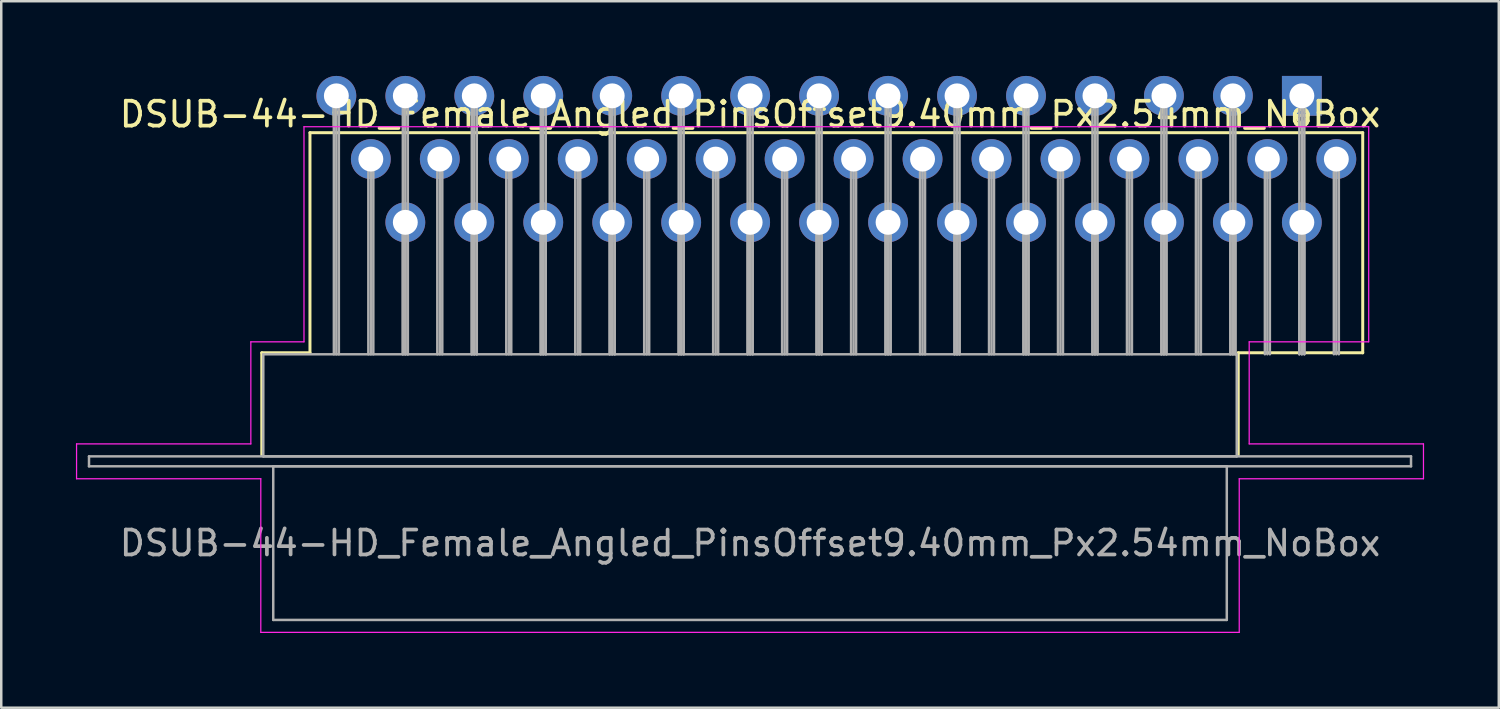
<source format=kicad_pcb>
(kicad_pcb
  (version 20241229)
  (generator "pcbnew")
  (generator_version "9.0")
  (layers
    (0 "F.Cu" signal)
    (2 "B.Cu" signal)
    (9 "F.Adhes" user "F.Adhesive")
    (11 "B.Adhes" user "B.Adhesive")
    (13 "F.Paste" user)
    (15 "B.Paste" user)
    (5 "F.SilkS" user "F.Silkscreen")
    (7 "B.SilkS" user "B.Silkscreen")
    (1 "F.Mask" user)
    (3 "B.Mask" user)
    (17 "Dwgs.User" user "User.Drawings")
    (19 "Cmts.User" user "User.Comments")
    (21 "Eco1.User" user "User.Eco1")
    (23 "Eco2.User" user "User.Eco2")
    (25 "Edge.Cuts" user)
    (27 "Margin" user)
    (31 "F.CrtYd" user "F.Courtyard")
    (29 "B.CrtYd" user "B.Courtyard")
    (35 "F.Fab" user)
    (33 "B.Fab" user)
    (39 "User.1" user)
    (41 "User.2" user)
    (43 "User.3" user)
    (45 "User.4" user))
  (footprint "DSUB-44-HD_Female_Angled_PinsOffset9.40mm_Px2.54mm_NoBox"
    (layer "F.Cu")
    (at 49.24 0.8)
    (property "Reference" "DSUB-44-HD_Female_Angled_PinsOffset9.40mm_Px2.54mm_NoBox" (at -22.165 0.74 0) (layer "F.SilkS") (effects (font (size 1 1) (thickness 0.15))))
    (attr through_hole)
    (fp_line (start -41.775 10.32) (end -39.84 10.32) (stroke (width 0.12) (type solid)) (layer "F.SilkS"))
    (fp_line (start -41.775 14.42) (end -41.775 10.32) (stroke (width 0.12) (type solid)) (layer "F.SilkS"))
    (fp_line (start -39.84 1.48) (end 2.445 1.48) (stroke (width 0.12) (type solid)) (layer "F.SilkS"))
    (fp_line (start -39.84 10.32) (end -39.84 1.48) (stroke (width 0.12) (type solid)) (layer "F.SilkS"))
    (fp_line (start -2.555 10.32) (end -2.555 14.42) (stroke (width 0.12) (type solid)) (layer "F.SilkS"))
    (fp_line (start -0.25 0.786) (end 0.25 0.786) (stroke (width 0.12) (type solid)) (layer "F.SilkS"))
    (fp_line (start 0 1.219) (end -0.25 0.786) (stroke (width 0.12) (type solid)) (layer "F.SilkS"))
    (fp_line (start 0.25 0.786) (end 0 1.219) (stroke (width 0.12) (type solid)) (layer "F.SilkS"))
    (fp_line (start 2.445 1.48) (end 2.445 10.32) (stroke (width 0.12) (type solid)) (layer "F.SilkS"))
    (fp_line (start 2.445 10.32) (end -2.555 10.32) (stroke (width 0.12) (type solid)) (layer "F.SilkS"))
    (fp_line (start -49.215 13.98) (end -42.215 13.98) (stroke (width 0.05) (type solid)) (layer "F.CrtYd"))
    (fp_line (start -49.215 15.38) (end -49.215 13.98) (stroke (width 0.05) (type solid)) (layer "F.CrtYd"))
    (fp_line (start -42.215 9.88) (end -40.08 9.88) (stroke (width 0.05) (type solid)) (layer "F.CrtYd"))
    (fp_line (start -42.215 13.98) (end -42.215 9.88) (stroke (width 0.05) (type solid)) (layer "F.CrtYd"))
    (fp_line (start -41.815 15.38) (end -49.215 15.38) (stroke (width 0.05) (type solid)) (layer "F.CrtYd"))
    (fp_line (start -41.815 21.55) (end -41.815 15.38) (stroke (width 0.05) (type solid)) (layer "F.CrtYd"))
    (fp_line (start -40.08 1.24) (end 2.685 1.24) (stroke (width 0.05) (type solid)) (layer "F.CrtYd"))
    (fp_line (start -40.08 9.88) (end -40.08 1.24) (stroke (width 0.05) (type solid)) (layer "F.CrtYd"))
    (fp_line (start -2.515 15.38) (end -2.515 21.55) (stroke (width 0.05) (type solid)) (layer "F.CrtYd"))
    (fp_line (start -2.515 21.55) (end -41.815 21.55) (stroke (width 0.05) (type solid)) (layer "F.CrtYd"))
    (fp_line (start -2.115 9.88) (end -2.115 13.98) (stroke (width 0.05) (type solid)) (layer "F.CrtYd"))
    (fp_line (start -2.115 13.98) (end 4.885 13.98) (stroke (width 0.05) (type solid)) (layer "F.CrtYd"))
    (fp_line (start 2.685 1.24) (end 2.685 9.88) (stroke (width 0.05) (type solid)) (layer "F.CrtYd"))
    (fp_line (start 2.685 9.88) (end -2.115 9.88) (stroke (width 0.05) (type solid)) (layer "F.CrtYd"))
    (fp_line (start 4.885 13.98) (end 4.885 15.38) (stroke (width 0.05) (type solid)) (layer "F.CrtYd"))
    (fp_line (start 4.885 15.38) (end -2.515 15.38) (stroke (width 0.05) (type solid)) (layer "F.CrtYd"))
    (fp_line (start -48.715 14.48) (end -48.715 14.88) (stroke (width 0.1) (type solid)) (layer "F.Fab"))
    (fp_line (start -48.715 14.88) (end 4.385 14.88) (stroke (width 0.1) (type solid)) (layer "F.Fab"))
    (fp_line (start -41.715 10.38) (end -41.715 14.48) (stroke (width 0.1) (type solid)) (layer "F.Fab"))
    (fp_line (start -41.715 14.48) (end -2.615 14.48) (stroke (width 0.1) (type solid)) (layer "F.Fab"))
    (fp_line (start -41.315 14.88) (end -41.315 21.05) (stroke (width 0.1) (type solid)) (layer "F.Fab"))
    (fp_line (start -41.315 21.05) (end -3.015 21.05) (stroke (width 0.1) (type solid)) (layer "F.Fab"))
    (fp_line (start -38.88 0) (end -38.88 10.38) (stroke (width 0.1) (type solid)) (layer "F.Fab"))
    (fp_line (start -38.78 0) (end -38.78 10.38) (stroke (width 0.1) (type solid)) (layer "F.Fab"))
    (fp_line (start -38.68 0) (end -38.68 10.38) (stroke (width 0.1) (type solid)) (layer "F.Fab"))
    (fp_line (start -37.495 2.54) (end -37.495 10.38) (stroke (width 0.1) (type solid)) (layer "F.Fab"))
    (fp_line (start -37.395 2.54) (end -37.395 10.38) (stroke (width 0.1) (type solid)) (layer "F.Fab"))
    (fp_line (start -37.295 2.54) (end -37.295 10.38) (stroke (width 0.1) (type solid)) (layer "F.Fab"))
    (fp_line (start -36.11 0) (end -36.11 10.38) (stroke (width 0.1) (type solid)) (layer "F.Fab"))
    (fp_line (start -36.11 5.08) (end -36.11 10.38) (stroke (width 0.1) (type solid)) (layer "F.Fab"))
    (fp_line (start -36.01 0) (end -36.01 10.38) (stroke (width 0.1) (type solid)) (layer "F.Fab"))
    (fp_line (start -36.01 5.08) (end -36.01 10.38) (stroke (width 0.1) (type solid)) (layer "F.Fab"))
    (fp_line (start -35.91 0) (end -35.91 10.38) (stroke (width 0.1) (type solid)) (layer "F.Fab"))
    (fp_line (start -35.91 5.08) (end -35.91 10.38) (stroke (width 0.1) (type solid)) (layer "F.Fab"))
    (fp_line (start -34.725 2.54) (end -34.725 10.38) (stroke (width 0.1) (type solid)) (layer "F.Fab"))
    (fp_line (start -34.625 2.54) (end -34.625 10.38) (stroke (width 0.1) (type solid)) (layer "F.Fab"))
    (fp_line (start -34.525 2.54) (end -34.525 10.38) (stroke (width 0.1) (type solid)) (layer "F.Fab"))
    (fp_line (start -33.34 0) (end -33.34 10.38) (stroke (width 0.1) (type solid)) (layer "F.Fab"))
    (fp_line (start -33.34 5.08) (end -33.34 10.38) (stroke (width 0.1) (type solid)) (layer "F.Fab"))
    (fp_line (start -33.24 0) (end -33.24 10.38) (stroke (width 0.1) (type solid)) (layer "F.Fab"))
    (fp_line (start -33.24 5.08) (end -33.24 10.38) (stroke (width 0.1) (type solid)) (layer "F.Fab"))
    (fp_line (start -33.14 0) (end -33.14 10.38) (stroke (width 0.1) (type solid)) (layer "F.Fab"))
    (fp_line (start -33.14 5.08) (end -33.14 10.38) (stroke (width 0.1) (type solid)) (layer "F.Fab"))
    (fp_line (start -31.955 2.54) (end -31.955 10.38) (stroke (width 0.1) (type solid)) (layer "F.Fab"))
    (fp_line (start -31.855 2.54) (end -31.855 10.38) (stroke (width 0.1) (type solid)) (layer "F.Fab"))
    (fp_line (start -31.755 2.54) (end -31.755 10.38) (stroke (width 0.1) (type solid)) (layer "F.Fab"))
    (fp_line (start -30.57 0) (end -30.57 10.38) (stroke (width 0.1) (type solid)) (layer "F.Fab"))
    (fp_line (start -30.57 5.08) (end -30.57 10.38) (stroke (width 0.1) (type solid)) (layer "F.Fab"))
    (fp_line (start -30.47 0) (end -30.47 10.38) (stroke (width 0.1) (type solid)) (layer "F.Fab"))
    (fp_line (start -30.47 5.08) (end -30.47 10.38) (stroke (width 0.1) (type solid)) (layer "F.Fab"))
    (fp_line (start -30.37 0) (end -30.37 10.38) (stroke (width 0.1) (type solid)) (layer "F.Fab"))
    (fp_line (start -30.37 5.08) (end -30.37 10.38) (stroke (width 0.1) (type solid)) (layer "F.Fab"))
    (fp_line (start -29.185 2.54) (end -29.185 10.38) (stroke (width 0.1) (type solid)) (layer "F.Fab"))
    (fp_line (start -29.085 2.54) (end -29.085 10.38) (stroke (width 0.1) (type solid)) (layer "F.Fab"))
    (fp_line (start -28.985 2.54) (end -28.985 10.38) (stroke (width 0.1) (type solid)) (layer "F.Fab"))
    (fp_line (start -27.8 0) (end -27.8 10.38) (stroke (width 0.1) (type solid)) (layer "F.Fab"))
    (fp_line (start -27.8 5.08) (end -27.8 10.38) (stroke (width 0.1) (type solid)) (layer "F.Fab"))
    (fp_line (start -27.7 0) (end -27.7 10.38) (stroke (width 0.1) (type solid)) (layer "F.Fab"))
    (fp_line (start -27.7 5.08) (end -27.7 10.38) (stroke (width 0.1) (type solid)) (layer "F.Fab"))
    (fp_line (start -27.6 0) (end -27.6 10.38) (stroke (width 0.1) (type solid)) (layer "F.Fab"))
    (fp_line (start -27.6 5.08) (end -27.6 10.38) (stroke (width 0.1) (type solid)) (layer "F.Fab"))
    (fp_line (start -26.415 2.54) (end -26.415 10.38) (stroke (width 0.1) (type solid)) (layer "F.Fab"))
    (fp_line (start -26.315 2.54) (end -26.315 10.38) (stroke (width 0.1) (type solid)) (layer "F.Fab"))
    (fp_line (start -26.215 2.54) (end -26.215 10.38) (stroke (width 0.1) (type solid)) (layer "F.Fab"))
    (fp_line (start -25.03 0) (end -25.03 10.38) (stroke (width 0.1) (type solid)) (layer "F.Fab"))
    (fp_line (start -25.03 5.08) (end -25.03 10.38) (stroke (width 0.1) (type solid)) (layer "F.Fab"))
    (fp_line (start -24.93 0) (end -24.93 10.38) (stroke (width 0.1) (type solid)) (layer "F.Fab"))
    (fp_line (start -24.93 5.08) (end -24.93 10.38) (stroke (width 0.1) (type solid)) (layer "F.Fab"))
    (fp_line (start -24.83 0) (end -24.83 10.38) (stroke (width 0.1) (type solid)) (layer "F.Fab"))
    (fp_line (start -24.83 5.08) (end -24.83 10.38) (stroke (width 0.1) (type solid)) (layer "F.Fab"))
    (fp_line (start -23.645 2.54) (end -23.645 10.38) (stroke (width 0.1) (type solid)) (layer "F.Fab"))
    (fp_line (start -23.545 2.54) (end -23.545 10.38) (stroke (width 0.1) (type solid)) (layer "F.Fab"))
    (fp_line (start -23.445 2.54) (end -23.445 10.38) (stroke (width 0.1) (type solid)) (layer "F.Fab"))
    (fp_line (start -22.26 0) (end -22.26 10.38) (stroke (width 0.1) (type solid)) (layer "F.Fab"))
    (fp_line (start -22.26 5.08) (end -22.26 10.38) (stroke (width 0.1) (type solid)) (layer "F.Fab"))
    (fp_line (start -22.16 0) (end -22.16 10.38) (stroke (width 0.1) (type solid)) (layer "F.Fab"))
    (fp_line (start -22.16 5.08) (end -22.16 10.38) (stroke (width 0.1) (type solid)) (layer "F.Fab"))
    (fp_line (start -22.06 0) (end -22.06 10.38) (stroke (width 0.1) (type solid)) (layer "F.Fab"))
    (fp_line (start -22.06 5.08) (end -22.06 10.38) (stroke (width 0.1) (type solid)) (layer "F.Fab"))
    (fp_line (start -20.875 2.54) (end -20.875 10.38) (stroke (width 0.1) (type solid)) (layer "F.Fab"))
    (fp_line (start -20.775 2.54) (end -20.775 10.38) (stroke (width 0.1) (type solid)) (layer "F.Fab"))
    (fp_line (start -20.675 2.54) (end -20.675 10.38) (stroke (width 0.1) (type solid)) (layer "F.Fab"))
    (fp_line (start -19.49 0) (end -19.49 10.38) (stroke (width 0.1) (type solid)) (layer "F.Fab"))
    (fp_line (start -19.49 5.08) (end -19.49 10.38) (stroke (width 0.1) (type solid)) (layer "F.Fab"))
    (fp_line (start -19.39 0) (end -19.39 10.38) (stroke (width 0.1) (type solid)) (layer "F.Fab"))
    (fp_line (start -19.39 5.08) (end -19.39 10.38) (stroke (width 0.1) (type solid)) (layer "F.Fab"))
    (fp_line (start -19.29 0) (end -19.29 10.38) (stroke (width 0.1) (type solid)) (layer "F.Fab"))
    (fp_line (start -19.29 5.08) (end -19.29 10.38) (stroke (width 0.1) (type solid)) (layer "F.Fab"))
    (fp_line (start -18.105 2.54) (end -18.105 10.38) (stroke (width 0.1) (type solid)) (layer "F.Fab"))
    (fp_line (start -18.005 2.54) (end -18.005 10.38) (stroke (width 0.1) (type solid)) (layer "F.Fab"))
    (fp_line (start -17.905 2.54) (end -17.905 10.38) (stroke (width 0.1) (type solid)) (layer "F.Fab"))
    (fp_line (start -16.72 0) (end -16.72 10.38) (stroke (width 0.1) (type solid)) (layer "F.Fab"))
    (fp_line (start -16.72 5.08) (end -16.72 10.38) (stroke (width 0.1) (type solid)) (layer "F.Fab"))
    (fp_line (start -16.62 0) (end -16.62 10.38) (stroke (width 0.1) (type solid)) (layer "F.Fab"))
    (fp_line (start -16.62 5.08) (end -16.62 10.38) (stroke (width 0.1) (type solid)) (layer "F.Fab"))
    (fp_line (start -16.52 0) (end -16.52 10.38) (stroke (width 0.1) (type solid)) (layer "F.Fab"))
    (fp_line (start -16.52 5.08) (end -16.52 10.38) (stroke (width 0.1) (type solid)) (layer "F.Fab"))
    (fp_line (start -15.335 2.54) (end -15.335 10.38) (stroke (width 0.1) (type solid)) (layer "F.Fab"))
    (fp_line (start -15.235 2.54) (end -15.235 10.38) (stroke (width 0.1) (type solid)) (layer "F.Fab"))
    (fp_line (start -15.135 2.54) (end -15.135 10.38) (stroke (width 0.1) (type solid)) (layer "F.Fab"))
    (fp_line (start -13.95 0) (end -13.95 10.38) (stroke (width 0.1) (type solid)) (layer "F.Fab"))
    (fp_line (start -13.95 5.08) (end -13.95 10.38) (stroke (width 0.1) (type solid)) (layer "F.Fab"))
    (fp_line (start -13.85 0) (end -13.85 10.38) (stroke (width 0.1) (type solid)) (layer "F.Fab"))
    (fp_line (start -13.85 5.08) (end -13.85 10.38) (stroke (width 0.1) (type solid)) (layer "F.Fab"))
    (fp_line (start -13.75 0) (end -13.75 10.38) (stroke (width 0.1) (type solid)) (layer "F.Fab"))
    (fp_line (start -13.75 5.08) (end -13.75 10.38) (stroke (width 0.1) (type solid)) (layer "F.Fab"))
    (fp_line (start -12.565 2.54) (end -12.565 10.38) (stroke (width 0.1) (type solid)) (layer "F.Fab"))
    (fp_line (start -12.465 2.54) (end -12.465 10.38) (stroke (width 0.1) (type solid)) (layer "F.Fab"))
    (fp_line (start -12.365 2.54) (end -12.365 10.38) (stroke (width 0.1) (type solid)) (layer "F.Fab"))
    (fp_line (start -11.18 0) (end -11.18 10.38) (stroke (width 0.1) (type solid)) (layer "F.Fab"))
    (fp_line (start -11.18 5.08) (end -11.18 10.38) (stroke (width 0.1) (type solid)) (layer "F.Fab"))
    (fp_line (start -11.08 0) (end -11.08 10.38) (stroke (width 0.1) (type solid)) (layer "F.Fab"))
    (fp_line (start -11.08 5.08) (end -11.08 10.38) (stroke (width 0.1) (type solid)) (layer "F.Fab"))
    (fp_line (start -10.98 0) (end -10.98 10.38) (stroke (width 0.1) (type solid)) (layer "F.Fab"))
    (fp_line (start -10.98 5.08) (end -10.98 10.38) (stroke (width 0.1) (type solid)) (layer "F.Fab"))
    (fp_line (start -9.795 2.54) (end -9.795 10.38) (stroke (width 0.1) (type solid)) (layer "F.Fab"))
    (fp_line (start -9.695 2.54) (end -9.695 10.38) (stroke (width 0.1) (type solid)) (layer "F.Fab"))
    (fp_line (start -9.595 2.54) (end -9.595 10.38) (stroke (width 0.1) (type solid)) (layer "F.Fab"))
    (fp_line (start -8.41 0) (end -8.41 10.38) (stroke (width 0.1) (type solid)) (layer "F.Fab"))
    (fp_line (start -8.41 5.08) (end -8.41 10.38) (stroke (width 0.1) (type solid)) (layer "F.Fab"))
    (fp_line (start -8.31 0) (end -8.31 10.38) (stroke (width 0.1) (type solid)) (layer "F.Fab"))
    (fp_line (start -8.31 5.08) (end -8.31 10.38) (stroke (width 0.1) (type solid)) (layer "F.Fab"))
    (fp_line (start -8.21 0) (end -8.21 10.38) (stroke (width 0.1) (type solid)) (layer "F.Fab"))
    (fp_line (start -8.21 5.08) (end -8.21 10.38) (stroke (width 0.1) (type solid)) (layer "F.Fab"))
    (fp_line (start -7.025 2.54) (end -7.025 10.38) (stroke (width 0.1) (type solid)) (layer "F.Fab"))
    (fp_line (start -6.925 2.54) (end -6.925 10.38) (stroke (width 0.1) (type solid)) (layer "F.Fab"))
    (fp_line (start -6.825 2.54) (end -6.825 10.38) (stroke (width 0.1) (type solid)) (layer "F.Fab"))
    (fp_line (start -5.64 0) (end -5.64 10.38) (stroke (width 0.1) (type solid)) (layer "F.Fab"))
    (fp_line (start -5.64 5.08) (end -5.64 10.38) (stroke (width 0.1) (type solid)) (layer "F.Fab"))
    (fp_line (start -5.54 0) (end -5.54 10.38) (stroke (width 0.1) (type solid)) (layer "F.Fab"))
    (fp_line (start -5.54 5.08) (end -5.54 10.38) (stroke (width 0.1) (type solid)) (layer "F.Fab"))
    (fp_line (start -5.44 0) (end -5.44 10.38) (stroke (width 0.1) (type solid)) (layer "F.Fab"))
    (fp_line (start -5.44 5.08) (end -5.44 10.38) (stroke (width 0.1) (type solid)) (layer "F.Fab"))
    (fp_line (start -4.255 2.54) (end -4.255 10.38) (stroke (width 0.1) (type solid)) (layer "F.Fab"))
    (fp_line (start -4.155 2.54) (end -4.155 10.38) (stroke (width 0.1) (type solid)) (layer "F.Fab"))
    (fp_line (start -4.055 2.54) (end -4.055 10.38) (stroke (width 0.1) (type solid)) (layer "F.Fab"))
    (fp_line (start -3.015 14.88) (end -41.315 14.88) (stroke (width 0.1) (type solid)) (layer "F.Fab"))
    (fp_line (start -3.015 21.05) (end -3.015 14.88) (stroke (width 0.1) (type solid)) (layer "F.Fab"))
    (fp_line (start -2.87 0) (end -2.87 10.38) (stroke (width 0.1) (type solid)) (layer "F.Fab"))
    (fp_line (start -2.87 5.08) (end -2.87 10.38) (stroke (width 0.1) (type solid)) (layer "F.Fab"))
    (fp_line (start -2.77 0) (end -2.77 10.38) (stroke (width 0.1) (type solid)) (layer "F.Fab"))
    (fp_line (start -2.77 5.08) (end -2.77 10.38) (stroke (width 0.1) (type solid)) (layer "F.Fab"))
    (fp_line (start -2.67 0) (end -2.67 10.38) (stroke (width 0.1) (type solid)) (layer "F.Fab"))
    (fp_line (start -2.67 5.08) (end -2.67 10.38) (stroke (width 0.1) (type solid)) (layer "F.Fab"))
    (fp_line (start -2.615 10.38) (end -41.715 10.38) (stroke (width 0.1) (type solid)) (layer "F.Fab"))
    (fp_line (start -2.615 14.48) (end -2.615 10.38) (stroke (width 0.1) (type solid)) (layer "F.Fab"))
    (fp_line (start -1.485 2.54) (end -1.485 10.38) (stroke (width 0.1) (type solid)) (layer "F.Fab"))
    (fp_line (start -1.385 2.54) (end -1.385 10.38) (stroke (width 0.1) (type solid)) (layer "F.Fab"))
    (fp_line (start -1.285 2.54) (end -1.285 10.38) (stroke (width 0.1) (type solid)) (layer "F.Fab"))
    (fp_line (start -0.1 0) (end -0.1 10.38) (stroke (width 0.1) (type solid)) (layer "F.Fab"))
    (fp_line (start -0.1 5.08) (end -0.1 10.38) (stroke (width 0.1) (type solid)) (layer "F.Fab"))
    (fp_line (start 0 0) (end 0 10.38) (stroke (width 0.1) (type solid)) (layer "F.Fab"))
    (fp_line (start 0 5.08) (end 0 10.38) (stroke (width 0.1) (type solid)) (layer "F.Fab"))
    (fp_line (start 0.1 0) (end 0.1 10.38) (stroke (width 0.1) (type solid)) (layer "F.Fab"))
    (fp_line (start 0.1 5.08) (end 0.1 10.38) (stroke (width 0.1) (type solid)) (layer "F.Fab"))
    (fp_line (start 1.285 2.54) (end 1.285 10.38) (stroke (width 0.1) (type solid)) (layer "F.Fab"))
    (fp_line (start 1.385 2.54) (end 1.385 10.38) (stroke (width 0.1) (type solid)) (layer "F.Fab"))
    (fp_line (start 1.485 2.54) (end 1.485 10.38) (stroke (width 0.1) (type solid)) (layer "F.Fab"))
    (fp_line (start 4.385 14.48) (end -48.715 14.48) (stroke (width 0.1) (type solid)) (layer "F.Fab"))
    (fp_line (start 4.385 14.88) (end 4.385 14.48) (stroke (width 0.1) (type solid)) (layer "F.Fab"))
    (fp_text user "${REFERENCE}" (at -22.165 17.965 0) (layer "F.Fab") (effects (font (size 1 1) (thickness 0.15))))
    (pad "1" thru_hole rect (at 0 0) (size 1.6 1.6) (drill 1) (layers "*.Cu" "*.Mask"))
    (pad "2" thru_hole circle (at -2.77 0) (size 1.6 1.6) (drill 1) (layers "*.Cu" "*.Mask"))
    (pad "3" thru_hole circle (at -5.54 0) (size 1.6 1.6) (drill 1) (layers "*.Cu" "*.Mask"))
    (pad "4" thru_hole circle (at -8.31 0) (size 1.6 1.6) (drill 1) (layers "*.Cu" "*.Mask"))
    (pad "5" thru_hole circle (at -11.08 0) (size 1.6 1.6) (drill 1) (layers "*.Cu" "*.Mask"))
    (pad "6" thru_hole circle (at -13.85 0) (size 1.6 1.6) (drill 1) (layers "*.Cu" "*.Mask"))
    (pad "7" thru_hole circle (at -16.62 0) (size 1.6 1.6) (drill 1) (layers "*.Cu" "*.Mask"))
    (pad "8" thru_hole circle (at -19.39 0) (size 1.6 1.6) (drill 1) (layers "*.Cu" "*.Mask"))
    (pad "9" thru_hole circle (at -22.16 0) (size 1.6 1.6) (drill 1) (layers "*.Cu" "*.Mask"))
    (pad "10" thru_hole circle (at -24.93 0) (size 1.6 1.6) (drill 1) (layers "*.Cu" "*.Mask"))
    (pad "11" thru_hole circle (at -27.7 0) (size 1.6 1.6) (drill 1) (layers "*.Cu" "*.Mask"))
    (pad "12" thru_hole circle (at -30.47 0) (size 1.6 1.6) (drill 1) (layers "*.Cu" "*.Mask"))
    (pad "13" thru_hole circle (at -33.24 0) (size 1.6 1.6) (drill 1) (layers "*.Cu" "*.Mask"))
    (pad "14" thru_hole circle (at -36.01 0) (size 1.6 1.6) (drill 1) (layers "*.Cu" "*.Mask"))
    (pad "15" thru_hole circle (at -38.78 0) (size 1.6 1.6) (drill 1) (layers "*.Cu" "*.Mask"))
    (pad "16" thru_hole circle (at 1.385 2.54) (size 1.6 1.6) (drill 1) (layers "*.Cu" "*.Mask"))
    (pad "17" thru_hole circle (at -1.385 2.54) (size 1.6 1.6) (drill 1) (layers "*.Cu" "*.Mask"))
    (pad "18" thru_hole circle (at -4.155 2.54) (size 1.6 1.6) (drill 1) (layers "*.Cu" "*.Mask"))
    (pad "19" thru_hole circle (at -6.925 2.54) (size 1.6 1.6) (drill 1) (layers "*.Cu" "*.Mask"))
    (pad "20" thru_hole circle (at -9.695 2.54) (size 1.6 1.6) (drill 1) (layers "*.Cu" "*.Mask"))
    (pad "21" thru_hole circle (at -12.465 2.54) (size 1.6 1.6) (drill 1) (layers "*.Cu" "*.Mask"))
    (pad "22" thru_hole circle (at -15.235 2.54) (size 1.6 1.6) (drill 1) (layers "*.Cu" "*.Mask"))
    (pad "23" thru_hole circle (at -18.005 2.54) (size 1.6 1.6) (drill 1) (layers "*.Cu" "*.Mask"))
    (pad "24" thru_hole circle (at -20.775 2.54) (size 1.6 1.6) (drill 1) (layers "*.Cu" "*.Mask"))
    (pad "25" thru_hole circle (at -23.545 2.54) (size 1.6 1.6) (drill 1) (layers "*.Cu" "*.Mask"))
    (pad "26" thru_hole circle (at -26.315 2.54) (size 1.6 1.6) (drill 1) (layers "*.Cu" "*.Mask"))
    (pad "27" thru_hole circle (at -29.085 2.54) (size 1.6 1.6) (drill 1) (layers "*.Cu" "*.Mask"))
    (pad "28" thru_hole circle (at -31.855 2.54) (size 1.6 1.6) (drill 1) (layers "*.Cu" "*.Mask"))
    (pad "29" thru_hole circle (at -34.625 2.54) (size 1.6 1.6) (drill 1) (layers "*.Cu" "*.Mask"))
    (pad "30" thru_hole circle (at -37.395 2.54) (size 1.6 1.6) (drill 1) (layers "*.Cu" "*.Mask"))
    (pad "31" thru_hole circle (at 0 5.08) (size 1.6 1.6) (drill 1) (layers "*.Cu" "*.Mask"))
    (pad "32" thru_hole circle (at -2.77 5.08) (size 1.6 1.6) (drill 1) (layers "*.Cu" "*.Mask"))
    (pad "33" thru_hole circle (at -5.54 5.08) (size 1.6 1.6) (drill 1) (layers "*.Cu" "*.Mask"))
    (pad "34" thru_hole circle (at -8.31 5.08) (size 1.6 1.6) (drill 1) (layers "*.Cu" "*.Mask"))
    (pad "35" thru_hole circle (at -11.08 5.08) (size 1.6 1.6) (drill 1) (layers "*.Cu" "*.Mask"))
    (pad "36" thru_hole circle (at -13.85 5.08) (size 1.6 1.6) (drill 1) (layers "*.Cu" "*.Mask"))
    (pad "37" thru_hole circle (at -16.62 5.08) (size 1.6 1.6) (drill 1) (layers "*.Cu" "*.Mask"))
    (pad "38" thru_hole circle (at -19.39 5.08) (size 1.6 1.6) (drill 1) (layers "*.Cu" "*.Mask"))
    (pad "39" thru_hole circle (at -22.16 5.08) (size 1.6 1.6) (drill 1) (layers "*.Cu" "*.Mask"))
    (pad "40" thru_hole circle (at -24.93 5.08) (size 1.6 1.6) (drill 1) (layers "*.Cu" "*.Mask"))
    (pad "41" thru_hole circle (at -27.7 5.08) (size 1.6 1.6) (drill 1) (layers "*.Cu" "*.Mask"))
    (pad "42" thru_hole circle (at -30.47 5.08) (size 1.6 1.6) (drill 1) (layers "*.Cu" "*.Mask"))
    (pad "43" thru_hole circle (at -33.24 5.08) (size 1.6 1.6) (drill 1) (layers "*.Cu" "*.Mask"))
    (pad "44" thru_hole circle (at -36.01 5.08) (size 1.6 1.6) (drill 1) (layers "*.Cu" "*.Mask")))
  (gr_rect
    (start -3 -3)
    (end 57.15 25.375)
    (stroke (width 0.1) (type default))
    (fill no)
    (layer "Edge.Cuts")))
</source>
